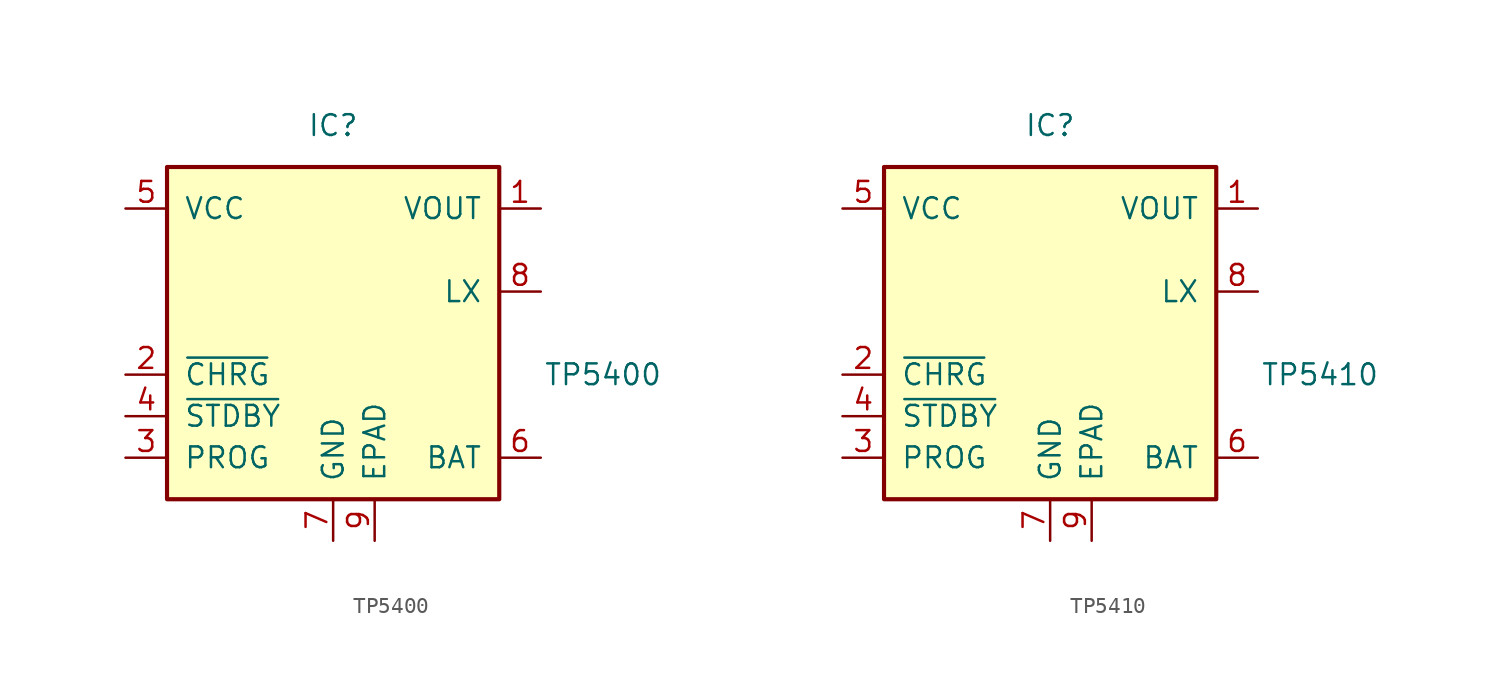
<source format=kicad_sym>
(kicad_symbol_lib
  (version 20231120)
  (generator "kicad_symbol_editor")
  (generator_version "8.0")
  (symbol "TP5400"
    (pin_names
      (offset 1.016))
    (property "Reference" "IC"
      (at 0 12.7 0)
      (effects (font (size 1.27 1.27))))
    (property "Value" "TP5400"
      (at 16.51 -2.54 0)
      (effects (font (size 1.27 1.27))))
    (symbol "TP5400_0_1"
      (rectangle (start -10.16 10.16) (end 10.16 -10.16) (stroke (width 0.254) (type default)) (fill (type background))))
    (symbol "TP5400_1_1"
      (pin power_out line (at 12.7 7.62 180) (length 2.54) (name "VOUT" (effects (font (size 1.27 1.27)))) (number "1" (effects (font (size 1.27 1.27)))))
      (pin open_collector line (at -12.7 -2.54 0) (length 2.54) (name "~{CHRG}" (effects (font (size 1.27 1.27)))) (number "2" (effects (font (size 1.27 1.27)))))
      (pin passive line (at -12.7 -7.62 0) (length 2.54) (name "PROG" (effects (font (size 1.27 1.27)))) (number "3" (effects (font (size 1.27 1.27)))))
      (pin open_collector line (at -12.7 -5.08 0) (length 2.54) (name "~{STDBY}" (effects (font (size 1.27 1.27)))) (number "4" (effects (font (size 1.27 1.27)))))
      (pin power_in line (at -12.7 7.62 0) (length 2.54) (name "VCC" (effects (font (size 1.27 1.27)))) (number "5" (effects (font (size 1.27 1.27)))))
      (pin power_out line (at 12.7 -7.62 180) (length 2.54) (name "BAT" (effects (font (size 1.27 1.27)))) (number "6" (effects (font (size 1.27 1.27)))))
      (pin passive line (at 0 -12.7 90) (length 2.54) (name "GND" (effects (font (size 1.27 1.27)))) (number "7" (effects (font (size 1.27 1.27)))))
      (pin passive line (at 12.7 2.54 180) (length 2.54) (name "LX" (effects (font (size 1.27 1.27)))) (number "8" (effects (font (size 1.27 1.27)))))
      (pin passive line (at 2.54 -12.7 90) (length 2.54) (name "EPAD" (effects (font (size 1.27 1.27)))) (number "9" (effects (font (size 1.27 1.27)))))))
  (symbol "TP5410"
    (pin_names
      (offset 1.016))
    (property "Reference" "IC"
      (at 0 12.7 0)
      (effects (font (size 1.27 1.27))))
    (property "Value" "TP5410"
      (at 16.51 -2.54 0)
      (effects (font (size 1.27 1.27))))
    (symbol "TP5410_0_1"
      (rectangle (start -10.16 10.16) (end 10.16 -10.16) (stroke (width 0.254) (type default)) (fill (type background))))
    (symbol "TP5410_1_1"
      (pin power_out line (at 12.7 7.62 180) (length 2.54) (name "VOUT" (effects (font (size 1.27 1.27)))) (number "1" (effects (font (size 1.27 1.27)))))
      (pin open_collector line (at -12.7 -2.54 0) (length 2.54) (name "~{CHRG}" (effects (font (size 1.27 1.27)))) (number "2" (effects (font (size 1.27 1.27)))))
      (pin passive line (at -12.7 -7.62 0) (length 2.54) (name "PROG" (effects (font (size 1.27 1.27)))) (number "3" (effects (font (size 1.27 1.27)))))
      (pin open_collector line (at -12.7 -5.08 0) (length 2.54) (name "~{STDBY}" (effects (font (size 1.27 1.27)))) (number "4" (effects (font (size 1.27 1.27)))))
      (pin power_in line (at -12.7 7.62 0) (length 2.54) (name "VCC" (effects (font (size 1.27 1.27)))) (number "5" (effects (font (size 1.27 1.27)))))
      (pin power_out line (at 12.7 -7.62 180) (length 2.54) (name "BAT" (effects (font (size 1.27 1.27)))) (number "6" (effects (font (size 1.27 1.27)))))
      (pin passive line (at 0 -12.7 90) (length 2.54) (name "GND" (effects (font (size 1.27 1.27)))) (number "7" (effects (font (size 1.27 1.27)))))
      (pin passive line (at 12.7 2.54 180) (length 2.54) (name "LX" (effects (font (size 1.27 1.27)))) (number "8" (effects (font (size 1.27 1.27)))))
      (pin passive line (at 2.54 -12.7 90) (length 2.54) (name "EPAD" (effects (font (size 1.27 1.27)))) (number "9" (effects (font (size 1.27 1.27))))))))
</source>
